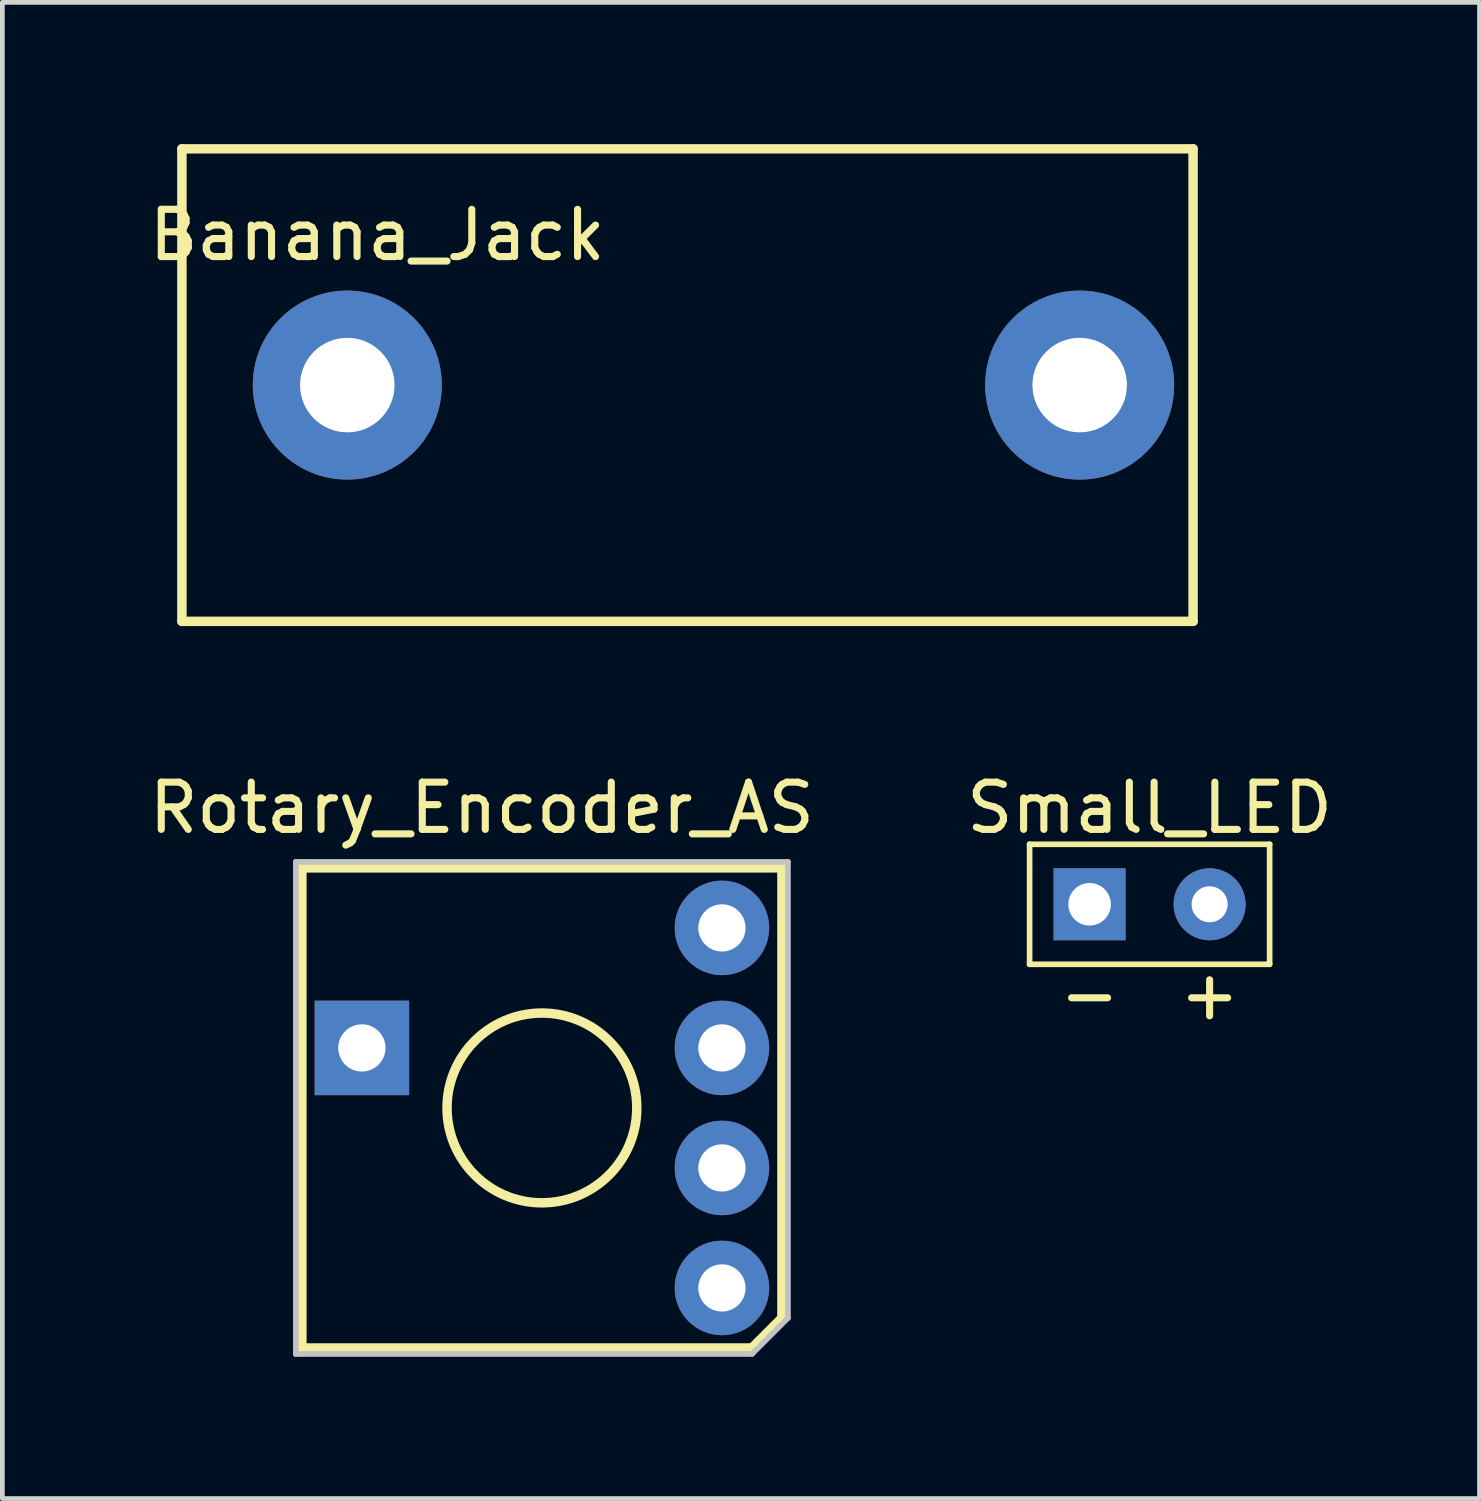
<source format=kicad_pcb>
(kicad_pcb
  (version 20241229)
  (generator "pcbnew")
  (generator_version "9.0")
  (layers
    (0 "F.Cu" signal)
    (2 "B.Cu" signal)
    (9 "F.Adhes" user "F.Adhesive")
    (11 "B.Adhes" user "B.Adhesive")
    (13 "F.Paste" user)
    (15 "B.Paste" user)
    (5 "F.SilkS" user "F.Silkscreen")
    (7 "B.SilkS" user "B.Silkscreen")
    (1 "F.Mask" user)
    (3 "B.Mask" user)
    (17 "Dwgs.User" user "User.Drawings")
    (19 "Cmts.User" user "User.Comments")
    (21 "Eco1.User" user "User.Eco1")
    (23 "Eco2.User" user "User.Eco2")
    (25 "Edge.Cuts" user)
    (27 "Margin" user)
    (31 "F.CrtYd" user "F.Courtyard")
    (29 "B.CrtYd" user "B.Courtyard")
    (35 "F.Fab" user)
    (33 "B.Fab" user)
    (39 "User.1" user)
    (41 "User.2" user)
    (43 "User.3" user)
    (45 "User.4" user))
  (footprint "Rotary_Encoder_AS"
    (layer "F.Cu")
    (at 4.609 19.128)
    (property "Reference" "Rotary_Encoder_AS" (at 2.54 -5.08 0) (layer "F.SilkS") (effects (font (size 1 1) (thickness 0.15))))
    (attr through_hole)
    (fp_line (start -1.27 -3.81) (end 8.89 -3.81) (stroke (width 0.2) (type solid)) (layer "F.SilkS"))
    (fp_line (start -1.27 6.35) (end -1.27 -3.81) (stroke (width 0.2) (type solid)) (layer "F.SilkS"))
    (fp_line (start -1.27 6.35) (end 8.255 6.35) (stroke (width 0.2) (type solid)) (layer "F.SilkS"))
    (fp_line (start 8.255 6.35) (end 8.89 5.715) (stroke (width 0.2) (type solid)) (layer "F.SilkS"))
    (fp_line (start 8.89 -3.81) (end 8.89 5.715) (stroke (width 0.2) (type solid)) (layer "F.SilkS"))
    (fp_circle (center 3.81 1.27) (end 5.818 1.27) (stroke (width 0.2) (type solid)) (fill no) (layer "F.SilkS"))
    (fp_line (start -1.397 -3.937) (end 9.017 -3.937) (stroke (width 0.12) (type solid)) (layer "Dwgs.User"))
    (fp_line (start -1.397 6.477) (end -1.397 -3.937) (stroke (width 0.12) (type solid)) (layer "Dwgs.User"))
    (fp_line (start 8.255 6.477) (end -1.397 6.477) (stroke (width 0.12) (type solid)) (layer "Dwgs.User"))
    (fp_line (start 9.017 -3.937) (end 9.017 5.715) (stroke (width 0.12) (type solid)) (layer "Dwgs.User"))
    (fp_line (start 9.017 5.715) (end 8.255 6.477) (stroke (width 0.12) (type solid)) (layer "Dwgs.User"))
    (pad "1" thru_hole rect (at 0 0) (size 2 2) (drill 1) (layers "*.Cu" "*.Mask"))
    (pad "2" thru_hole circle (at 7.62 -2.54) (size 2 2) (drill 1) (layers "*.Cu" "*.Mask"))
    (pad "3" thru_hole circle (at 7.62 0) (size 2 2) (drill 1) (layers "*.Cu" "*.Mask"))
    (pad "4" thru_hole circle (at 7.62 2.54) (size 2 2) (drill 1) (layers "*.Cu" "*.Mask"))
    (pad "5" thru_hole circle (at 7.62 5.08) (size 2 2) (drill 1) (layers "*.Cu" "*.Mask")))
  (footprint "Small_LED"
    (layer "F.Cu")
    (at 21.28 13.548)
    (property "Reference" "Small_LED" (at 0 0.5 0) (layer "F.SilkS") (effects (font (size 1 1) (thickness 0.15))))
    (attr through_hole)
    (fp_line (start -2.54 1.27) (end 2.54 1.27) (stroke (width 0.12) (type solid)) (layer "F.SilkS"))
    (fp_line (start -2.54 3.81) (end -2.54 1.27) (stroke (width 0.12) (type solid)) (layer "F.SilkS"))
    (fp_line (start 2.54 1.27) (end 2.54 3.81) (stroke (width 0.12) (type solid)) (layer "F.SilkS"))
    (fp_line (start 2.54 3.81) (end -2.54 3.81) (stroke (width 0.12) (type solid)) (layer "F.SilkS"))
    (fp_text user "-" (at -1.27 4.445 0) (layer "F.SilkS") (effects (font (size 1 1) (thickness 0.15))))
    (fp_text user "+" (at 1.27 4.445 0) (layer "F.SilkS") (effects (font (size 1 1) (thickness 0.15))))
    (pad "1" thru_hole rect (at -1.27 2.54) (size 1.524 1.524) (drill 0.9) (layers "*.Cu" "*.Mask"))
    (pad "2" thru_hole circle (at 1.27 2.54) (size 1.524 1.524) (drill 0.762) (layers "*.Cu" "*.Mask")))
  (footprint "Banana_Jack"
    (layer "F.Cu")
    (at 4.3 5.1)
    (property "Reference" "Banana_Jack" (at 0.635 -3.175 0) (layer "F.SilkS") (effects (font (size 1 1) (thickness 0.15))))
    (attr through_hole)
    (fp_line (start -3.5 -5) (end 17.9 -5) (stroke (width 0.2) (type solid)) (layer "F.SilkS"))
    (fp_line (start -3.5 5) (end -3.5 -5) (stroke (width 0.2) (type solid)) (layer "F.SilkS"))
    (fp_line (start 17.9 -5) (end 17.9 5) (stroke (width 0.2) (type solid)) (layer "F.SilkS"))
    (fp_line (start 17.9 5) (end -3.5 5) (stroke (width 0.2) (type solid)) (layer "F.SilkS"))
    (pad "1" thru_hole circle (at 0 0) (size 4 4) (drill 2) (layers "*.Cu" "*.Mask"))
    (pad "1" thru_hole circle (at 15.5 0) (size 4 4) (drill 2) (layers "*.Cu" "*.Mask")))
  (gr_rect
    (start -3 -3)
    (end 28.262 28.665)
    (stroke (width 0.1) (type default))
    (fill no)
    (layer "Edge.Cuts")))
</source>
